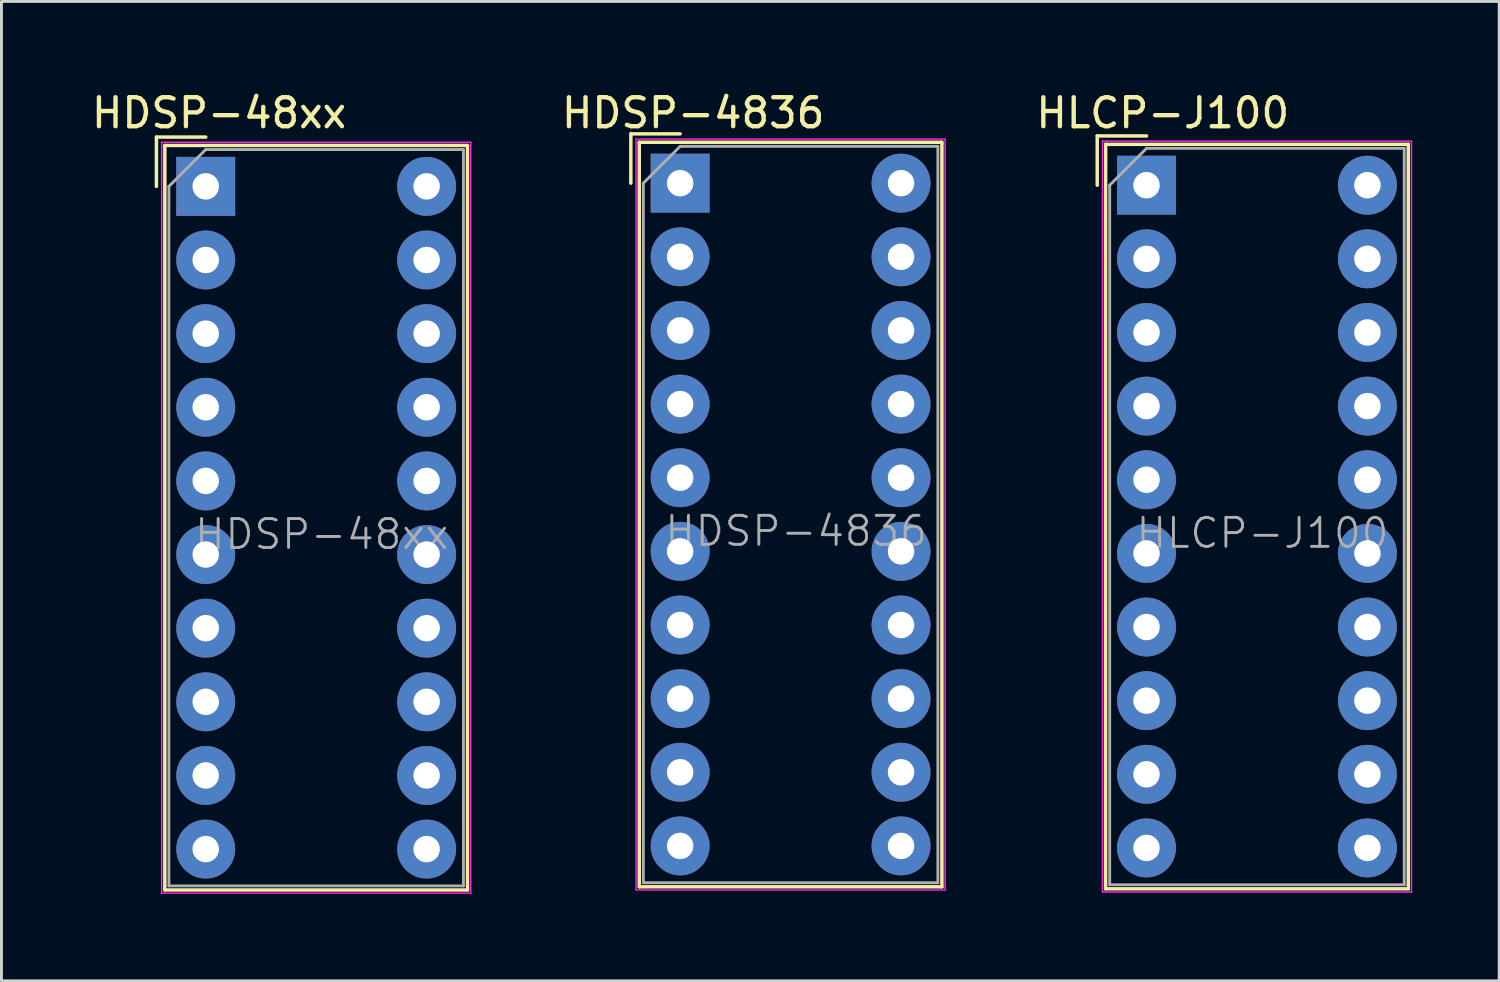
<source format=kicad_pcb>
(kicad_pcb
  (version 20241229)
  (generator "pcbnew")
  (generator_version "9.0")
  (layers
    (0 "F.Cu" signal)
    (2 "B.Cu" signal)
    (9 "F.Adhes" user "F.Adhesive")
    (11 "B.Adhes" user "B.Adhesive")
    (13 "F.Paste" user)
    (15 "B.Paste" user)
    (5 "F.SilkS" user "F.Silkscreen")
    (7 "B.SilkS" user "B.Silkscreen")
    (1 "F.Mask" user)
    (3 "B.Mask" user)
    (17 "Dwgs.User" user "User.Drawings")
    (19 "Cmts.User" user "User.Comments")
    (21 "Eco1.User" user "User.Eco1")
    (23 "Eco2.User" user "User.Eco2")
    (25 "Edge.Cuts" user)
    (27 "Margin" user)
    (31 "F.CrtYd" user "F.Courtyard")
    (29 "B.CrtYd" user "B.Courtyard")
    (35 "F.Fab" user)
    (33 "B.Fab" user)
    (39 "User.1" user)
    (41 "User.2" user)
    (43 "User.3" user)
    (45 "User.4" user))
  (footprint "HDSP-4836"
    (layer "F.Cu")
    (at 20.41 3.268)
    (property "Reference" "HDSP-4836" (at 0.45 -2.42 0) (layer "F.SilkS") (effects (font (size 1 1) (thickness 0.15))))
    (attr through_hole)
    (fp_line (start -1.7 -1.7) (end -1.7 0) (stroke (width 0.12) (type solid)) (layer "F.SilkS"))
    (fp_line (start -1.41 -1.41) (end 9.03 -1.41) (stroke (width 0.12) (type solid)) (layer "F.SilkS"))
    (fp_line (start -1.41 24.27) (end -1.41 -1.41) (stroke (width 0.12) (type solid)) (layer "F.SilkS"))
    (fp_line (start 0 -1.7) (end -1.7 -1.7) (stroke (width 0.12) (type solid)) (layer "F.SilkS"))
    (fp_line (start 9.03 -1.41) (end 9.03 24.27) (stroke (width 0.12) (type solid)) (layer "F.SilkS"))
    (fp_line (start 9.03 24.27) (end -1.41 24.27) (stroke (width 0.12) (type solid)) (layer "F.SilkS"))
    (fp_line (start -1.52 -1.52) (end -1.52 24.38) (stroke (width 0.05) (type solid)) (layer "F.CrtYd"))
    (fp_line (start -1.52 -1.52) (end 9.14 -1.52) (stroke (width 0.05) (type solid)) (layer "F.CrtYd"))
    (fp_line (start -1.52 24.38) (end 9.14 24.38) (stroke (width 0.05) (type solid)) (layer "F.CrtYd"))
    (fp_line (start 9.14 24.38) (end 9.14 -1.52) (stroke (width 0.05) (type solid)) (layer "F.CrtYd"))
    (fp_line (start -1.27 0) (end -1.27 24.13) (stroke (width 0.1) (type solid)) (layer "F.Fab"))
    (fp_line (start -1.27 24.13) (end 8.89 24.13) (stroke (width 0.1) (type solid)) (layer "F.Fab"))
    (fp_line (start 0 -1.27) (end -1.27 0) (stroke (width 0.1) (type solid)) (layer "F.Fab"))
    (fp_line (start 0 -1.27) (end 8.89 -1.27) (stroke (width 0.1) (type solid)) (layer "F.Fab"))
    (fp_line (start 8.89 -1.27) (end 8.89 24.13) (stroke (width 0.1) (type solid)) (layer "F.Fab"))
    (fp_text user "${REFERENCE}" (at 4 12 0) (layer "F.Fab") (effects (font (size 1 1) (thickness 0.1))))
    (pad "1" thru_hole rect (at 0 0 270) (size 2.032 2.032) (drill 0.914) (layers "*.Cu" "*.Mask"))
    (pad "2" thru_hole circle (at 0 2.54 270) (size 2.032 2.032) (drill 0.914) (layers "*.Cu" "*.Mask"))
    (pad "3" thru_hole circle (at 0 5.08 270) (size 2.032 2.032) (drill 0.914) (layers "*.Cu" "*.Mask"))
    (pad "4" thru_hole circle (at 0 7.62 270) (size 2.032 2.032) (drill 0.914) (layers "*.Cu" "*.Mask"))
    (pad "5" thru_hole circle (at 0 10.16 270) (size 2.032 2.032) (drill 0.914) (layers "*.Cu" "*.Mask"))
    (pad "6" thru_hole circle (at 0 12.7 270) (size 2.032 2.032) (drill 0.914) (layers "*.Cu" "*.Mask"))
    (pad "7" thru_hole circle (at 0 15.24 270) (size 2.032 2.032) (drill 0.914) (layers "*.Cu" "*.Mask"))
    (pad "8" thru_hole circle (at 0 17.78 270) (size 2.032 2.032) (drill 0.914) (layers "*.Cu" "*.Mask"))
    (pad "9" thru_hole circle (at 0 20.32 270) (size 2.032 2.032) (drill 0.914) (layers "*.Cu" "*.Mask"))
    (pad "10" thru_hole circle (at 0 22.86 270) (size 2.032 2.032) (drill 0.914) (layers "*.Cu" "*.Mask"))
    (pad "11" thru_hole circle (at 7.62 22.86 270) (size 2.032 2.032) (drill 0.914) (layers "*.Cu" "*.Mask"))
    (pad "12" thru_hole circle (at 7.62 20.32 270) (size 2.032 2.032) (drill 0.914) (layers "*.Cu" "*.Mask"))
    (pad "13" thru_hole circle (at 7.62 17.78 270) (size 2.032 2.032) (drill 0.914) (layers "*.Cu" "*.Mask"))
    (pad "14" thru_hole circle (at 7.62 15.24 270) (size 2.032 2.032) (drill 0.914) (layers "*.Cu" "*.Mask"))
    (pad "15" thru_hole circle (at 7.62 12.7 270) (size 2.032 2.032) (drill 0.914) (layers "*.Cu" "*.Mask"))
    (pad "16" thru_hole circle (at 7.62 10.16 270) (size 2.032 2.032) (drill 0.914) (layers "*.Cu" "*.Mask"))
    (pad "17" thru_hole circle (at 7.62 7.62 270) (size 2.032 2.032) (drill 0.914) (layers "*.Cu" "*.Mask"))
    (pad "18" thru_hole circle (at 7.62 5.08 270) (size 2.032 2.032) (drill 0.914) (layers "*.Cu" "*.Mask"))
    (pad "19" thru_hole circle (at 7.62 2.54 270) (size 2.032 2.032) (drill 0.914) (layers "*.Cu" "*.Mask"))
    (pad "20" thru_hole circle (at 7.62 0 270) (size 2.032 2.032) (drill 0.914) (layers "*.Cu" "*.Mask")))
  (footprint "HLCP-J100"
    (layer "F.Cu")
    (at 36.497 3.338)
    (property "Reference" "HLCP-J100" (at 0.56 -2.49 0) (layer "F.SilkS") (effects (font (size 1 1) (thickness 0.15))))
    (attr through_hole)
    (fp_line (start -1.7 -1.7) (end -1.7 0) (stroke (width 0.12) (type solid)) (layer "F.SilkS"))
    (fp_line (start -1.41 -1.41) (end 9.03 -1.41) (stroke (width 0.12) (type solid)) (layer "F.SilkS"))
    (fp_line (start -1.41 24.27) (end -1.41 -1.41) (stroke (width 0.12) (type solid)) (layer "F.SilkS"))
    (fp_line (start 0 -1.7) (end -1.7 -1.7) (stroke (width 0.12) (type solid)) (layer "F.SilkS"))
    (fp_line (start 9.03 -1.41) (end 9.03 24.27) (stroke (width 0.12) (type solid)) (layer "F.SilkS"))
    (fp_line (start 9.03 24.27) (end -1.41 24.27) (stroke (width 0.12) (type solid)) (layer "F.SilkS"))
    (fp_line (start -1.52 -1.52) (end -1.52 24.38) (stroke (width 0.05) (type solid)) (layer "F.CrtYd"))
    (fp_line (start -1.52 -1.52) (end 9.14 -1.52) (stroke (width 0.05) (type solid)) (layer "F.CrtYd"))
    (fp_line (start -1.52 24.38) (end 9.14 24.38) (stroke (width 0.05) (type solid)) (layer "F.CrtYd"))
    (fp_line (start 9.14 24.38) (end 9.14 -1.52) (stroke (width 0.05) (type solid)) (layer "F.CrtYd"))
    (fp_line (start -1.27 0) (end -1.27 24.13) (stroke (width 0.1) (type solid)) (layer "F.Fab"))
    (fp_line (start -1.27 24.13) (end 8.89 24.13) (stroke (width 0.1) (type solid)) (layer "F.Fab"))
    (fp_line (start 0 -1.27) (end -1.27 0) (stroke (width 0.1) (type solid)) (layer "F.Fab"))
    (fp_line (start 0 -1.27) (end 8.89 -1.27) (stroke (width 0.1) (type solid)) (layer "F.Fab"))
    (fp_line (start 8.89 -1.27) (end 8.89 24.13) (stroke (width 0.1) (type solid)) (layer "F.Fab"))
    (fp_text user "${REFERENCE}" (at 4 12 0) (layer "F.Fab") (effects (font (size 1 1) (thickness 0.1))))
    (pad "1" thru_hole rect (at 0 0 270) (size 2.032 2.032) (drill 0.914) (layers "*.Cu" "*.Mask"))
    (pad "2" thru_hole circle (at 0 2.54 270) (size 2.032 2.032) (drill 0.914) (layers "*.Cu" "*.Mask"))
    (pad "3" thru_hole circle (at 0 5.08 270) (size 2.032 2.032) (drill 0.914) (layers "*.Cu" "*.Mask"))
    (pad "4" thru_hole circle (at 0 7.62 270) (size 2.032 2.032) (drill 0.914) (layers "*.Cu" "*.Mask"))
    (pad "5" thru_hole circle (at 0 10.16 270) (size 2.032 2.032) (drill 0.914) (layers "*.Cu" "*.Mask"))
    (pad "6" thru_hole circle (at 0 12.7 270) (size 2.032 2.032) (drill 0.914) (layers "*.Cu" "*.Mask"))
    (pad "7" thru_hole circle (at 0 15.24 270) (size 2.032 2.032) (drill 0.914) (layers "*.Cu" "*.Mask"))
    (pad "8" thru_hole circle (at 0 17.78 270) (size 2.032 2.032) (drill 0.914) (layers "*.Cu" "*.Mask"))
    (pad "9" thru_hole circle (at 0 20.32 270) (size 2.032 2.032) (drill 0.914) (layers "*.Cu" "*.Mask"))
    (pad "10" thru_hole circle (at 0 22.86 270) (size 2.032 2.032) (drill 0.914) (layers "*.Cu" "*.Mask"))
    (pad "11" thru_hole circle (at 7.62 22.86 270) (size 2.032 2.032) (drill 0.914) (layers "*.Cu" "*.Mask"))
    (pad "12" thru_hole circle (at 7.62 20.32 270) (size 2.032 2.032) (drill 0.914) (layers "*.Cu" "*.Mask"))
    (pad "13" thru_hole circle (at 7.62 17.78 270) (size 2.032 2.032) (drill 0.914) (layers "*.Cu" "*.Mask"))
    (pad "14" thru_hole circle (at 7.62 15.24 270) (size 2.032 2.032) (drill 0.914) (layers "*.Cu" "*.Mask"))
    (pad "15" thru_hole circle (at 7.62 12.7 270) (size 2.032 2.032) (drill 0.914) (layers "*.Cu" "*.Mask"))
    (pad "16" thru_hole circle (at 7.62 10.16 270) (size 2.032 2.032) (drill 0.914) (layers "*.Cu" "*.Mask"))
    (pad "17" thru_hole circle (at 7.62 7.62 270) (size 2.032 2.032) (drill 0.914) (layers "*.Cu" "*.Mask"))
    (pad "18" thru_hole circle (at 7.62 5.08 270) (size 2.032 2.032) (drill 0.914) (layers "*.Cu" "*.Mask"))
    (pad "19" thru_hole circle (at 7.62 2.54 270) (size 2.032 2.032) (drill 0.914) (layers "*.Cu" "*.Mask"))
    (pad "20" thru_hole circle (at 7.62 0 270) (size 2.032 2.032) (drill 0.914) (layers "*.Cu" "*.Mask")))
  (footprint "HDSP-48xx"
    (layer "F.Cu")
    (at 4.046 3.378)
    (property "Reference" "HDSP-48xx" (at 0.46 -2.53 0) (layer "F.SilkS") (effects (font (size 1 1) (thickness 0.15))))
    (attr through_hole)
    (fp_line (start -1.7 -1.7) (end -1.7 0) (stroke (width 0.12) (type solid)) (layer "F.SilkS"))
    (fp_line (start -1.41 -1.41) (end 9.03 -1.41) (stroke (width 0.12) (type solid)) (layer "F.SilkS"))
    (fp_line (start -1.41 24.27) (end -1.41 -1.41) (stroke (width 0.12) (type solid)) (layer "F.SilkS"))
    (fp_line (start 0 -1.7) (end -1.7 -1.7) (stroke (width 0.12) (type solid)) (layer "F.SilkS"))
    (fp_line (start 9.03 -1.41) (end 9.03 24.27) (stroke (width 0.12) (type solid)) (layer "F.SilkS"))
    (fp_line (start 9.03 24.27) (end -1.41 24.27) (stroke (width 0.12) (type solid)) (layer "F.SilkS"))
    (fp_line (start -1.52 -1.52) (end -1.52 24.38) (stroke (width 0.05) (type solid)) (layer "F.CrtYd"))
    (fp_line (start -1.52 -1.52) (end 9.14 -1.52) (stroke (width 0.05) (type solid)) (layer "F.CrtYd"))
    (fp_line (start -1.52 24.38) (end 9.14 24.38) (stroke (width 0.05) (type solid)) (layer "F.CrtYd"))
    (fp_line (start 9.14 24.38) (end 9.14 -1.52) (stroke (width 0.05) (type solid)) (layer "F.CrtYd"))
    (fp_line (start -1.27 0) (end -1.27 24.13) (stroke (width 0.1) (type solid)) (layer "F.Fab"))
    (fp_line (start -1.27 24.13) (end 8.89 24.13) (stroke (width 0.1) (type solid)) (layer "F.Fab"))
    (fp_line (start 0 -1.27) (end -1.27 0) (stroke (width 0.1) (type solid)) (layer "F.Fab"))
    (fp_line (start 0 -1.27) (end 8.89 -1.27) (stroke (width 0.1) (type solid)) (layer "F.Fab"))
    (fp_line (start 8.89 -1.27) (end 8.89 24.13) (stroke (width 0.1) (type solid)) (layer "F.Fab"))
    (fp_text user "${REFERENCE}" (at 4 12 0) (layer "F.Fab") (effects (font (size 1 1) (thickness 0.1))))
    (pad "1" thru_hole rect (at 0 0 270) (size 2.032 2.032) (drill 0.914) (layers "*.Cu" "*.Mask"))
    (pad "2" thru_hole circle (at 0 2.54 270) (size 2.032 2.032) (drill 0.914) (layers "*.Cu" "*.Mask"))
    (pad "3" thru_hole circle (at 0 5.08 270) (size 2.032 2.032) (drill 0.914) (layers "*.Cu" "*.Mask"))
    (pad "4" thru_hole circle (at 0 7.62 270) (size 2.032 2.032) (drill 0.914) (layers "*.Cu" "*.Mask"))
    (pad "5" thru_hole circle (at 0 10.16 270) (size 2.032 2.032) (drill 0.914) (layers "*.Cu" "*.Mask"))
    (pad "6" thru_hole circle (at 0 12.7 270) (size 2.032 2.032) (drill 0.914) (layers "*.Cu" "*.Mask"))
    (pad "7" thru_hole circle (at 0 15.24 270) (size 2.032 2.032) (drill 0.914) (layers "*.Cu" "*.Mask"))
    (pad "8" thru_hole circle (at 0 17.78 270) (size 2.032 2.032) (drill 0.914) (layers "*.Cu" "*.Mask"))
    (pad "9" thru_hole circle (at 0 20.32 270) (size 2.032 2.032) (drill 0.914) (layers "*.Cu" "*.Mask"))
    (pad "10" thru_hole circle (at 0 22.86 270) (size 2.032 2.032) (drill 0.914) (layers "*.Cu" "*.Mask"))
    (pad "11" thru_hole circle (at 7.62 22.86 270) (size 2.032 2.032) (drill 0.914) (layers "*.Cu" "*.Mask"))
    (pad "12" thru_hole circle (at 7.62 20.32 270) (size 2.032 2.032) (drill 0.914) (layers "*.Cu" "*.Mask"))
    (pad "13" thru_hole circle (at 7.62 17.78 270) (size 2.032 2.032) (drill 0.914) (layers "*.Cu" "*.Mask"))
    (pad "14" thru_hole circle (at 7.62 15.24 270) (size 2.032 2.032) (drill 0.914) (layers "*.Cu" "*.Mask"))
    (pad "15" thru_hole circle (at 7.62 12.7 270) (size 2.032 2.032) (drill 0.914) (layers "*.Cu" "*.Mask"))
    (pad "16" thru_hole circle (at 7.62 10.16 270) (size 2.032 2.032) (drill 0.914) (layers "*.Cu" "*.Mask"))
    (pad "17" thru_hole circle (at 7.62 7.62 270) (size 2.032 2.032) (drill 0.914) (layers "*.Cu" "*.Mask"))
    (pad "18" thru_hole circle (at 7.62 5.08 270) (size 2.032 2.032) (drill 0.914) (layers "*.Cu" "*.Mask"))
    (pad "19" thru_hole circle (at 7.62 2.54 270) (size 2.032 2.032) (drill 0.914) (layers "*.Cu" "*.Mask"))
    (pad "20" thru_hole circle (at 7.62 0 270) (size 2.032 2.032) (drill 0.914) (layers "*.Cu" "*.Mask")))
  (gr_rect
    (start -3 -3)
    (end 48.662 30.783)
    (stroke (width 0.1) (type default))
    (fill no)
    (layer "Edge.Cuts")))
</source>
